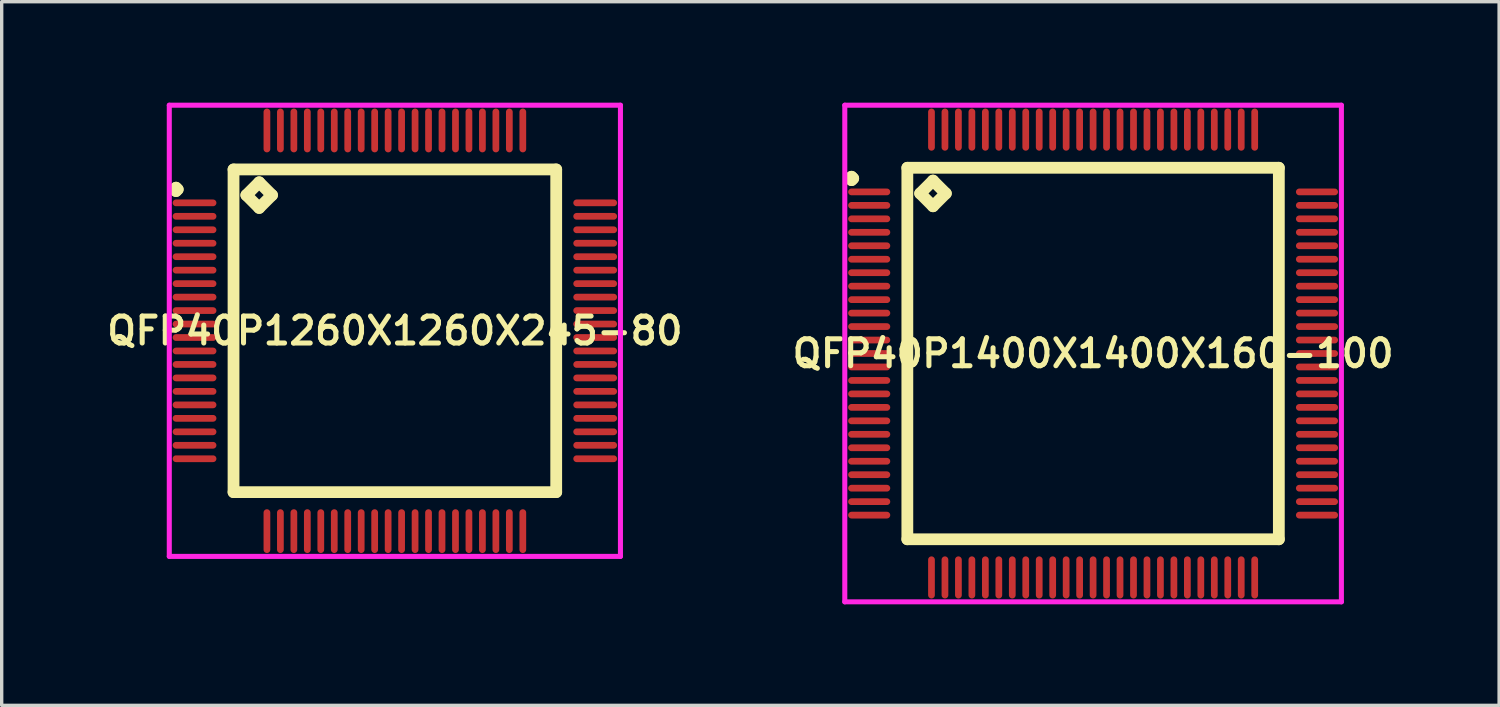
<source format=kicad_pcb>
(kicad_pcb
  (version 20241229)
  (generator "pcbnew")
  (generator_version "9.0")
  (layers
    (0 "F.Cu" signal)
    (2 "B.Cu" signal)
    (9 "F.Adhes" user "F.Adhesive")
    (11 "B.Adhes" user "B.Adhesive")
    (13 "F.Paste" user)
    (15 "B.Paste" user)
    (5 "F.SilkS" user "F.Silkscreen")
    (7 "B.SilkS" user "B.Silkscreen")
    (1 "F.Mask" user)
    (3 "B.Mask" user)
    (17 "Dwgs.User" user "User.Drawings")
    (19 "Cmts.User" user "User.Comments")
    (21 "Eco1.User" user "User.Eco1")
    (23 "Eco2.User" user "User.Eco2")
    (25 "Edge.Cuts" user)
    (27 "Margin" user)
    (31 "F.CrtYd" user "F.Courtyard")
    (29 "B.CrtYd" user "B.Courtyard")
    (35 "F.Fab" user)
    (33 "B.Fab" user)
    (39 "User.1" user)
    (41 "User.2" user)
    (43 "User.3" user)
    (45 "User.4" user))
  (footprint "QFP40P1400X1400X160-100"
    (layer "F.Cu")
    (at 29.416 7.45)
    (property "Reference" "QFP40P1400X1400X160-100" (at 0 0 0) (layer "F.SilkS") (effects (font (size 0.8 0.8) (thickness 0.15))))
    (attr smd)
    (fp_line (start -7.225 -5.2) (end -7.175 -5.25) (stroke (width 0.35) (type solid)) (layer "F.SilkS"))
    (fp_line (start -7.175 -5.25) (end -7.125 -5.2) (stroke (width 0.35) (type solid)) (layer "F.SilkS"))
    (fp_line (start -7.175 -5.15) (end -7.225 -5.2) (stroke (width 0.35) (type solid)) (layer "F.SilkS"))
    (fp_line (start -7.125 -5.2) (end -7.175 -5.15) (stroke (width 0.35) (type solid)) (layer "F.SilkS"))
    (fp_line (start -5.517 -5.517) (end -5.517 5.517) (stroke (width 0.35) (type solid)) (layer "F.SilkS"))
    (fp_line (start -5.517 5.517) (end 5.517 5.517) (stroke (width 0.35) (type solid)) (layer "F.SilkS"))
    (fp_line (start -5.136 -4.755) (end -4.755 -5.136) (stroke (width 0.35) (type solid)) (layer "F.SilkS"))
    (fp_line (start -4.755 -5.136) (end -4.374 -4.755) (stroke (width 0.35) (type solid)) (layer "F.SilkS"))
    (fp_line (start -4.755 -4.374) (end -5.136 -4.755) (stroke (width 0.35) (type solid)) (layer "F.SilkS"))
    (fp_line (start -4.374 -4.755) (end -4.755 -4.374) (stroke (width 0.35) (type solid)) (layer "F.SilkS"))
    (fp_line (start 5.517 -5.517) (end -5.517 -5.517) (stroke (width 0.35) (type solid)) (layer "F.SilkS"))
    (fp_line (start 5.517 5.517) (end 5.517 -5.517) (stroke (width 0.35) (type solid)) (layer "F.SilkS"))
    (fp_line (start -7.375 -7.375) (end 7.375 -7.375) (stroke (width 0.15) (type solid)) (layer "F.CrtYd"))
    (fp_line (start -7.375 7.375) (end -7.375 -7.375) (stroke (width 0.15) (type solid)) (layer "F.CrtYd"))
    (fp_line (start 7.375 -7.375) (end 7.375 7.375) (stroke (width 0.15) (type solid)) (layer "F.CrtYd"))
    (fp_line (start 7.375 7.375) (end -7.375 7.375) (stroke (width 0.15) (type solid)) (layer "F.CrtYd"))
    (pad "1" smd oval (at -6.65 -4.8) (size 1.25 0.2) (layers "F.Cu" "F.Mask" "F.Paste"))
    (pad "2" smd oval (at -6.65 -4.4) (size 1.25 0.2) (layers "F.Cu" "F.Mask" "F.Paste"))
    (pad "3" smd oval (at -6.65 -4) (size 1.25 0.2) (layers "F.Cu" "F.Mask" "F.Paste"))
    (pad "4" smd oval (at -6.65 -3.6) (size 1.25 0.2) (layers "F.Cu" "F.Mask" "F.Paste"))
    (pad "5" smd oval (at -6.65 -3.2) (size 1.25 0.2) (layers "F.Cu" "F.Mask" "F.Paste"))
    (pad "6" smd oval (at -6.65 -2.8) (size 1.25 0.2) (layers "F.Cu" "F.Mask" "F.Paste"))
    (pad "7" smd oval (at -6.65 -2.4) (size 1.25 0.2) (layers "F.Cu" "F.Mask" "F.Paste"))
    (pad "8" smd oval (at -6.65 -2) (size 1.25 0.2) (layers "F.Cu" "F.Mask" "F.Paste"))
    (pad "9" smd oval (at -6.65 -1.6) (size 1.25 0.2) (layers "F.Cu" "F.Mask" "F.Paste"))
    (pad "10" smd oval (at -6.65 -1.2) (size 1.25 0.2) (layers "F.Cu" "F.Mask" "F.Paste"))
    (pad "11" smd oval (at -6.65 -0.8) (size 1.25 0.2) (layers "F.Cu" "F.Mask" "F.Paste"))
    (pad "12" smd oval (at -6.65 -0.4) (size 1.25 0.2) (layers "F.Cu" "F.Mask" "F.Paste"))
    (pad "13" smd oval (at -6.65 0) (size 1.25 0.2) (layers "F.Cu" "F.Mask" "F.Paste"))
    (pad "14" smd oval (at -6.65 0.4) (size 1.25 0.2) (layers "F.Cu" "F.Mask" "F.Paste"))
    (pad "15" smd oval (at -6.65 0.8) (size 1.25 0.2) (layers "F.Cu" "F.Mask" "F.Paste"))
    (pad "16" smd oval (at -6.65 1.2) (size 1.25 0.2) (layers "F.Cu" "F.Mask" "F.Paste"))
    (pad "17" smd oval (at -6.65 1.6) (size 1.25 0.2) (layers "F.Cu" "F.Mask" "F.Paste"))
    (pad "18" smd oval (at -6.65 2) (size 1.25 0.2) (layers "F.Cu" "F.Mask" "F.Paste"))
    (pad "19" smd oval (at -6.65 2.4) (size 1.25 0.2) (layers "F.Cu" "F.Mask" "F.Paste"))
    (pad "20" smd oval (at -6.65 2.8) (size 1.25 0.2) (layers "F.Cu" "F.Mask" "F.Paste"))
    (pad "21" smd oval (at -6.65 3.2) (size 1.25 0.2) (layers "F.Cu" "F.Mask" "F.Paste"))
    (pad "22" smd oval (at -6.65 3.6) (size 1.25 0.2) (layers "F.Cu" "F.Mask" "F.Paste"))
    (pad "23" smd oval (at -6.65 4) (size 1.25 0.2) (layers "F.Cu" "F.Mask" "F.Paste"))
    (pad "24" smd oval (at -6.65 4.4) (size 1.25 0.2) (layers "F.Cu" "F.Mask" "F.Paste"))
    (pad "25" smd oval (at -6.65 4.8) (size 1.25 0.2) (layers "F.Cu" "F.Mask" "F.Paste"))
    (pad "26" smd oval (at -4.8 6.65) (size 0.2 1.25) (layers "F.Cu" "F.Mask" "F.Paste"))
    (pad "27" smd oval (at -4.4 6.65) (size 0.2 1.25) (layers "F.Cu" "F.Mask" "F.Paste"))
    (pad "28" smd oval (at -4 6.65) (size 0.2 1.25) (layers "F.Cu" "F.Mask" "F.Paste"))
    (pad "29" smd oval (at -3.6 6.65) (size 0.2 1.25) (layers "F.Cu" "F.Mask" "F.Paste"))
    (pad "30" smd oval (at -3.2 6.65) (size 0.2 1.25) (layers "F.Cu" "F.Mask" "F.Paste"))
    (pad "31" smd oval (at -2.8 6.65) (size 0.2 1.25) (layers "F.Cu" "F.Mask" "F.Paste"))
    (pad "32" smd oval (at -2.4 6.65) (size 0.2 1.25) (layers "F.Cu" "F.Mask" "F.Paste"))
    (pad "33" smd oval (at -2 6.65) (size 0.2 1.25) (layers "F.Cu" "F.Mask" "F.Paste"))
    (pad "34" smd oval (at -1.6 6.65) (size 0.2 1.25) (layers "F.Cu" "F.Mask" "F.Paste"))
    (pad "35" smd oval (at -1.2 6.65) (size 0.2 1.25) (layers "F.Cu" "F.Mask" "F.Paste"))
    (pad "36" smd oval (at -0.8 6.65) (size 0.2 1.25) (layers "F.Cu" "F.Mask" "F.Paste"))
    (pad "37" smd oval (at -0.4 6.65) (size 0.2 1.25) (layers "F.Cu" "F.Mask" "F.Paste"))
    (pad "38" smd oval (at 0 6.65) (size 0.2 1.25) (layers "F.Cu" "F.Mask" "F.Paste"))
    (pad "39" smd oval (at 0.4 6.65) (size 0.2 1.25) (layers "F.Cu" "F.Mask" "F.Paste"))
    (pad "40" smd oval (at 0.8 6.65) (size 0.2 1.25) (layers "F.Cu" "F.Mask" "F.Paste"))
    (pad "41" smd oval (at 1.2 6.65) (size 0.2 1.25) (layers "F.Cu" "F.Mask" "F.Paste"))
    (pad "42" smd oval (at 1.6 6.65) (size 0.2 1.25) (layers "F.Cu" "F.Mask" "F.Paste"))
    (pad "43" smd oval (at 2 6.65) (size 0.2 1.25) (layers "F.Cu" "F.Mask" "F.Paste"))
    (pad "44" smd oval (at 2.4 6.65) (size 0.2 1.25) (layers "F.Cu" "F.Mask" "F.Paste"))
    (pad "45" smd oval (at 2.8 6.65) (size 0.2 1.25) (layers "F.Cu" "F.Mask" "F.Paste"))
    (pad "46" smd oval (at 3.2 6.65) (size 0.2 1.25) (layers "F.Cu" "F.Mask" "F.Paste"))
    (pad "47" smd oval (at 3.6 6.65) (size 0.2 1.25) (layers "F.Cu" "F.Mask" "F.Paste"))
    (pad "48" smd oval (at 4 6.65) (size 0.2 1.25) (layers "F.Cu" "F.Mask" "F.Paste"))
    (pad "49" smd oval (at 4.4 6.65) (size 0.2 1.25) (layers "F.Cu" "F.Mask" "F.Paste"))
    (pad "50" smd oval (at 4.8 6.65) (size 0.2 1.25) (layers "F.Cu" "F.Mask" "F.Paste"))
    (pad "51" smd oval (at 6.65 4.8) (size 1.25 0.2) (layers "F.Cu" "F.Mask" "F.Paste"))
    (pad "52" smd oval (at 6.65 4.4) (size 1.25 0.2) (layers "F.Cu" "F.Mask" "F.Paste"))
    (pad "53" smd oval (at 6.65 4) (size 1.25 0.2) (layers "F.Cu" "F.Mask" "F.Paste"))
    (pad "54" smd oval (at 6.65 3.6) (size 1.25 0.2) (layers "F.Cu" "F.Mask" "F.Paste"))
    (pad "55" smd oval (at 6.65 3.2) (size 1.25 0.2) (layers "F.Cu" "F.Mask" "F.Paste"))
    (pad "56" smd oval (at 6.65 2.8) (size 1.25 0.2) (layers "F.Cu" "F.Mask" "F.Paste"))
    (pad "57" smd oval (at 6.65 2.4) (size 1.25 0.2) (layers "F.Cu" "F.Mask" "F.Paste"))
    (pad "58" smd oval (at 6.65 2) (size 1.25 0.2) (layers "F.Cu" "F.Mask" "F.Paste"))
    (pad "59" smd oval (at 6.65 1.6) (size 1.25 0.2) (layers "F.Cu" "F.Mask" "F.Paste"))
    (pad "60" smd oval (at 6.65 1.2) (size 1.25 0.2) (layers "F.Cu" "F.Mask" "F.Paste"))
    (pad "61" smd oval (at 6.65 0.8) (size 1.25 0.2) (layers "F.Cu" "F.Mask" "F.Paste"))
    (pad "62" smd oval (at 6.65 0.4) (size 1.25 0.2) (layers "F.Cu" "F.Mask" "F.Paste"))
    (pad "63" smd oval (at 6.65 0) (size 1.25 0.2) (layers "F.Cu" "F.Mask" "F.Paste"))
    (pad "64" smd oval (at 6.65 -0.4) (size 1.25 0.2) (layers "F.Cu" "F.Mask" "F.Paste"))
    (pad "65" smd oval (at 6.65 -0.8) (size 1.25 0.2) (layers "F.Cu" "F.Mask" "F.Paste"))
    (pad "66" smd oval (at 6.65 -1.2) (size 1.25 0.2) (layers "F.Cu" "F.Mask" "F.Paste"))
    (pad "67" smd oval (at 6.65 -1.6) (size 1.25 0.2) (layers "F.Cu" "F.Mask" "F.Paste"))
    (pad "68" smd oval (at 6.65 -2) (size 1.25 0.2) (layers "F.Cu" "F.Mask" "F.Paste"))
    (pad "69" smd oval (at 6.65 -2.4) (size 1.25 0.2) (layers "F.Cu" "F.Mask" "F.Paste"))
    (pad "70" smd oval (at 6.65 -2.8) (size 1.25 0.2) (layers "F.Cu" "F.Mask" "F.Paste"))
    (pad "71" smd oval (at 6.65 -3.2) (size 1.25 0.2) (layers "F.Cu" "F.Mask" "F.Paste"))
    (pad "72" smd oval (at 6.65 -3.6) (size 1.25 0.2) (layers "F.Cu" "F.Mask" "F.Paste"))
    (pad "73" smd oval (at 6.65 -4) (size 1.25 0.2) (layers "F.Cu" "F.Mask" "F.Paste"))
    (pad "74" smd oval (at 6.65 -4.4) (size 1.25 0.2) (layers "F.Cu" "F.Mask" "F.Paste"))
    (pad "75" smd oval (at 6.65 -4.8) (size 1.25 0.2) (layers "F.Cu" "F.Mask" "F.Paste"))
    (pad "76" smd oval (at 4.8 -6.65) (size 0.2 1.25) (layers "F.Cu" "F.Mask" "F.Paste"))
    (pad "77" smd oval (at 4.4 -6.65) (size 0.2 1.25) (layers "F.Cu" "F.Mask" "F.Paste"))
    (pad "78" smd oval (at 4 -6.65) (size 0.2 1.25) (layers "F.Cu" "F.Mask" "F.Paste"))
    (pad "79" smd oval (at 3.6 -6.65) (size 0.2 1.25) (layers "F.Cu" "F.Mask" "F.Paste"))
    (pad "80" smd oval (at 3.2 -6.65) (size 0.2 1.25) (layers "F.Cu" "F.Mask" "F.Paste"))
    (pad "81" smd oval (at 2.8 -6.65) (size 0.2 1.25) (layers "F.Cu" "F.Mask" "F.Paste"))
    (pad "82" smd oval (at 2.4 -6.65) (size 0.2 1.25) (layers "F.Cu" "F.Mask" "F.Paste"))
    (pad "83" smd oval (at 2 -6.65) (size 0.2 1.25) (layers "F.Cu" "F.Mask" "F.Paste"))
    (pad "84" smd oval (at 1.6 -6.65) (size 0.2 1.25) (layers "F.Cu" "F.Mask" "F.Paste"))
    (pad "85" smd oval (at 1.2 -6.65) (size 0.2 1.25) (layers "F.Cu" "F.Mask" "F.Paste"))
    (pad "86" smd oval (at 0.8 -6.65) (size 0.2 1.25) (layers "F.Cu" "F.Mask" "F.Paste"))
    (pad "87" smd oval (at 0.4 -6.65) (size 0.2 1.25) (layers "F.Cu" "F.Mask" "F.Paste"))
    (pad "88" smd oval (at 0 -6.65) (size 0.2 1.25) (layers "F.Cu" "F.Mask" "F.Paste"))
    (pad "89" smd oval (at -0.4 -6.65) (size 0.2 1.25) (layers "F.Cu" "F.Mask" "F.Paste"))
    (pad "90" smd oval (at -0.8 -6.65) (size 0.2 1.25) (layers "F.Cu" "F.Mask" "F.Paste"))
    (pad "91" smd oval (at -1.2 -6.65) (size 0.2 1.25) (layers "F.Cu" "F.Mask" "F.Paste"))
    (pad "92" smd oval (at -1.6 -6.65) (size 0.2 1.25) (layers "F.Cu" "F.Mask" "F.Paste"))
    (pad "93" smd oval (at -2 -6.65) (size 0.2 1.25) (layers "F.Cu" "F.Mask" "F.Paste"))
    (pad "94" smd oval (at -2.4 -6.65) (size 0.2 1.25) (layers "F.Cu" "F.Mask" "F.Paste"))
    (pad "95" smd oval (at -2.8 -6.65) (size 0.2 1.25) (layers "F.Cu" "F.Mask" "F.Paste"))
    (pad "96" smd oval (at -3.2 -6.65) (size 0.2 1.25) (layers "F.Cu" "F.Mask" "F.Paste"))
    (pad "97" smd oval (at -3.6 -6.65) (size 0.2 1.25) (layers "F.Cu" "F.Mask" "F.Paste"))
    (pad "98" smd oval (at -4 -6.65) (size 0.2 1.25) (layers "F.Cu" "F.Mask" "F.Paste"))
    (pad "99" smd oval (at -4.4 -6.65) (size 0.2 1.25) (layers "F.Cu" "F.Mask" "F.Paste"))
    (pad "100" smd oval (at -4.8 -6.65) (size 0.2 1.25) (layers "F.Cu" "F.Mask" "F.Paste")))
  (footprint "QFP40P1260X1260X245-80"
    (layer "F.Cu")
    (at 8.678 6.775)
    (property "Reference" "QFP40P1260X1260X245-80" (at 0 0 0) (layer "F.SilkS") (effects (font (size 0.8 0.8) (thickness 0.15))))
    (attr smd)
    (fp_line (start -6.55 -4.2) (end -6.5 -4.25) (stroke (width 0.35) (type solid)) (layer "F.SilkS"))
    (fp_line (start -6.5 -4.25) (end -6.45 -4.2) (stroke (width 0.35) (type solid)) (layer "F.SilkS"))
    (fp_line (start -6.5 -4.15) (end -6.55 -4.2) (stroke (width 0.35) (type solid)) (layer "F.SilkS"))
    (fp_line (start -6.45 -4.2) (end -6.5 -4.15) (stroke (width 0.35) (type solid)) (layer "F.SilkS"))
    (fp_line (start -4.792 -4.792) (end -4.792 4.792) (stroke (width 0.35) (type solid)) (layer "F.SilkS"))
    (fp_line (start -4.792 4.792) (end 4.792 4.792) (stroke (width 0.35) (type solid)) (layer "F.SilkS"))
    (fp_line (start -4.411 -4.03) (end -4.03 -4.411) (stroke (width 0.35) (type solid)) (layer "F.SilkS"))
    (fp_line (start -4.03 -4.411) (end -3.649 -4.03) (stroke (width 0.35) (type solid)) (layer "F.SilkS"))
    (fp_line (start -4.03 -3.649) (end -4.411 -4.03) (stroke (width 0.35) (type solid)) (layer "F.SilkS"))
    (fp_line (start -3.649 -4.03) (end -4.03 -3.649) (stroke (width 0.35) (type solid)) (layer "F.SilkS"))
    (fp_line (start 4.792 -4.792) (end -4.792 -4.792) (stroke (width 0.35) (type solid)) (layer "F.SilkS"))
    (fp_line (start 4.792 4.792) (end 4.792 -4.792) (stroke (width 0.35) (type solid)) (layer "F.SilkS"))
    (fp_line (start -6.7 -6.7) (end 6.7 -6.7) (stroke (width 0.15) (type solid)) (layer "F.CrtYd"))
    (fp_line (start -6.7 6.7) (end -6.7 -6.7) (stroke (width 0.15) (type solid)) (layer "F.CrtYd"))
    (fp_line (start 6.7 -6.7) (end 6.7 6.7) (stroke (width 0.15) (type solid)) (layer "F.CrtYd"))
    (fp_line (start 6.7 6.7) (end -6.7 6.7) (stroke (width 0.15) (type solid)) (layer "F.CrtYd"))
    (pad "1" smd oval (at -5.95 -3.8) (size 1.3 0.2) (layers "F.Cu" "F.Mask" "F.Paste"))
    (pad "2" smd oval (at -5.95 -3.4) (size 1.3 0.2) (layers "F.Cu" "F.Mask" "F.Paste"))
    (pad "3" smd oval (at -5.95 -3) (size 1.3 0.2) (layers "F.Cu" "F.Mask" "F.Paste"))
    (pad "4" smd oval (at -5.95 -2.6) (size 1.3 0.2) (layers "F.Cu" "F.Mask" "F.Paste"))
    (pad "5" smd oval (at -5.95 -2.2) (size 1.3 0.2) (layers "F.Cu" "F.Mask" "F.Paste"))
    (pad "6" smd oval (at -5.95 -1.8) (size 1.3 0.2) (layers "F.Cu" "F.Mask" "F.Paste"))
    (pad "7" smd oval (at -5.95 -1.4) (size 1.3 0.2) (layers "F.Cu" "F.Mask" "F.Paste"))
    (pad "8" smd oval (at -5.95 -1) (size 1.3 0.2) (layers "F.Cu" "F.Mask" "F.Paste"))
    (pad "9" smd oval (at -5.95 -0.6) (size 1.3 0.2) (layers "F.Cu" "F.Mask" "F.Paste"))
    (pad "10" smd oval (at -5.95 -0.2) (size 1.3 0.2) (layers "F.Cu" "F.Mask" "F.Paste"))
    (pad "11" smd oval (at -5.95 0.2) (size 1.3 0.2) (layers "F.Cu" "F.Mask" "F.Paste"))
    (pad "12" smd oval (at -5.95 0.6) (size 1.3 0.2) (layers "F.Cu" "F.Mask" "F.Paste"))
    (pad "13" smd oval (at -5.95 1) (size 1.3 0.2) (layers "F.Cu" "F.Mask" "F.Paste"))
    (pad "14" smd oval (at -5.95 1.4) (size 1.3 0.2) (layers "F.Cu" "F.Mask" "F.Paste"))
    (pad "15" smd oval (at -5.95 1.8) (size 1.3 0.2) (layers "F.Cu" "F.Mask" "F.Paste"))
    (pad "16" smd oval (at -5.95 2.2) (size 1.3 0.2) (layers "F.Cu" "F.Mask" "F.Paste"))
    (pad "17" smd oval (at -5.95 2.6) (size 1.3 0.2) (layers "F.Cu" "F.Mask" "F.Paste"))
    (pad "18" smd oval (at -5.95 3) (size 1.3 0.2) (layers "F.Cu" "F.Mask" "F.Paste"))
    (pad "19" smd oval (at -5.95 3.4) (size 1.3 0.2) (layers "F.Cu" "F.Mask" "F.Paste"))
    (pad "20" smd oval (at -5.95 3.8) (size 1.3 0.2) (layers "F.Cu" "F.Mask" "F.Paste"))
    (pad "21" smd oval (at -3.8 5.95) (size 0.2 1.3) (layers "F.Cu" "F.Mask" "F.Paste"))
    (pad "22" smd oval (at -3.4 5.95) (size 0.2 1.3) (layers "F.Cu" "F.Mask" "F.Paste"))
    (pad "23" smd oval (at -3 5.95) (size 0.2 1.3) (layers "F.Cu" "F.Mask" "F.Paste"))
    (pad "24" smd oval (at -2.6 5.95) (size 0.2 1.3) (layers "F.Cu" "F.Mask" "F.Paste"))
    (pad "25" smd oval (at -2.2 5.95) (size 0.2 1.3) (layers "F.Cu" "F.Mask" "F.Paste"))
    (pad "26" smd oval (at -1.8 5.95) (size 0.2 1.3) (layers "F.Cu" "F.Mask" "F.Paste"))
    (pad "27" smd oval (at -1.4 5.95) (size 0.2 1.3) (layers "F.Cu" "F.Mask" "F.Paste"))
    (pad "28" smd oval (at -1 5.95) (size 0.2 1.3) (layers "F.Cu" "F.Mask" "F.Paste"))
    (pad "29" smd oval (at -0.6 5.95) (size 0.2 1.3) (layers "F.Cu" "F.Mask" "F.Paste"))
    (pad "30" smd oval (at -0.2 5.95) (size 0.2 1.3) (layers "F.Cu" "F.Mask" "F.Paste"))
    (pad "31" smd oval (at 0.2 5.95) (size 0.2 1.3) (layers "F.Cu" "F.Mask" "F.Paste"))
    (pad "32" smd oval (at 0.6 5.95) (size 0.2 1.3) (layers "F.Cu" "F.Mask" "F.Paste"))
    (pad "33" smd oval (at 1 5.95) (size 0.2 1.3) (layers "F.Cu" "F.Mask" "F.Paste"))
    (pad "34" smd oval (at 1.4 5.95) (size 0.2 1.3) (layers "F.Cu" "F.Mask" "F.Paste"))
    (pad "35" smd oval (at 1.8 5.95) (size 0.2 1.3) (layers "F.Cu" "F.Mask" "F.Paste"))
    (pad "36" smd oval (at 2.2 5.95) (size 0.2 1.3) (layers "F.Cu" "F.Mask" "F.Paste"))
    (pad "37" smd oval (at 2.6 5.95) (size 0.2 1.3) (layers "F.Cu" "F.Mask" "F.Paste"))
    (pad "38" smd oval (at 3 5.95) (size 0.2 1.3) (layers "F.Cu" "F.Mask" "F.Paste"))
    (pad "39" smd oval (at 3.4 5.95) (size 0.2 1.3) (layers "F.Cu" "F.Mask" "F.Paste"))
    (pad "40" smd oval (at 3.8 5.95) (size 0.2 1.3) (layers "F.Cu" "F.Mask" "F.Paste"))
    (pad "41" smd oval (at 5.95 3.8) (size 1.3 0.2) (layers "F.Cu" "F.Mask" "F.Paste"))
    (pad "42" smd oval (at 5.95 3.4) (size 1.3 0.2) (layers "F.Cu" "F.Mask" "F.Paste"))
    (pad "43" smd oval (at 5.95 3) (size 1.3 0.2) (layers "F.Cu" "F.Mask" "F.Paste"))
    (pad "44" smd oval (at 5.95 2.6) (size 1.3 0.2) (layers "F.Cu" "F.Mask" "F.Paste"))
    (pad "45" smd oval (at 5.95 2.2) (size 1.3 0.2) (layers "F.Cu" "F.Mask" "F.Paste"))
    (pad "46" smd oval (at 5.95 1.8) (size 1.3 0.2) (layers "F.Cu" "F.Mask" "F.Paste"))
    (pad "47" smd oval (at 5.95 1.4) (size 1.3 0.2) (layers "F.Cu" "F.Mask" "F.Paste"))
    (pad "48" smd oval (at 5.95 1) (size 1.3 0.2) (layers "F.Cu" "F.Mask" "F.Paste"))
    (pad "49" smd oval (at 5.95 0.6) (size 1.3 0.2) (layers "F.Cu" "F.Mask" "F.Paste"))
    (pad "50" smd oval (at 5.95 0.2) (size 1.3 0.2) (layers "F.Cu" "F.Mask" "F.Paste"))
    (pad "51" smd oval (at 5.95 -0.2) (size 1.3 0.2) (layers "F.Cu" "F.Mask" "F.Paste"))
    (pad "52" smd oval (at 5.95 -0.6) (size 1.3 0.2) (layers "F.Cu" "F.Mask" "F.Paste"))
    (pad "53" smd oval (at 5.95 -1) (size 1.3 0.2) (layers "F.Cu" "F.Mask" "F.Paste"))
    (pad "54" smd oval (at 5.95 -1.4) (size 1.3 0.2) (layers "F.Cu" "F.Mask" "F.Paste"))
    (pad "55" smd oval (at 5.95 -1.8) (size 1.3 0.2) (layers "F.Cu" "F.Mask" "F.Paste"))
    (pad "56" smd oval (at 5.95 -2.2) (size 1.3 0.2) (layers "F.Cu" "F.Mask" "F.Paste"))
    (pad "57" smd oval (at 5.95 -2.6) (size 1.3 0.2) (layers "F.Cu" "F.Mask" "F.Paste"))
    (pad "58" smd oval (at 5.95 -3) (size 1.3 0.2) (layers "F.Cu" "F.Mask" "F.Paste"))
    (pad "59" smd oval (at 5.95 -3.4) (size 1.3 0.2) (layers "F.Cu" "F.Mask" "F.Paste"))
    (pad "60" smd oval (at 5.95 -3.8) (size 1.3 0.2) (layers "F.Cu" "F.Mask" "F.Paste"))
    (pad "61" smd oval (at 3.8 -5.95) (size 0.2 1.3) (layers "F.Cu" "F.Mask" "F.Paste"))
    (pad "62" smd oval (at 3.4 -5.95) (size 0.2 1.3) (layers "F.Cu" "F.Mask" "F.Paste"))
    (pad "63" smd oval (at 3 -5.95) (size 0.2 1.3) (layers "F.Cu" "F.Mask" "F.Paste"))
    (pad "64" smd oval (at 2.6 -5.95) (size 0.2 1.3) (layers "F.Cu" "F.Mask" "F.Paste"))
    (pad "65" smd oval (at 2.2 -5.95) (size 0.2 1.3) (layers "F.Cu" "F.Mask" "F.Paste"))
    (pad "66" smd oval (at 1.8 -5.95) (size 0.2 1.3) (layers "F.Cu" "F.Mask" "F.Paste"))
    (pad "67" smd oval (at 1.4 -5.95) (size 0.2 1.3) (layers "F.Cu" "F.Mask" "F.Paste"))
    (pad "68" smd oval (at 1 -5.95) (size 0.2 1.3) (layers "F.Cu" "F.Mask" "F.Paste"))
    (pad "69" smd oval (at 0.6 -5.95) (size 0.2 1.3) (layers "F.Cu" "F.Mask" "F.Paste"))
    (pad "70" smd oval (at 0.2 -5.95) (size 0.2 1.3) (layers "F.Cu" "F.Mask" "F.Paste"))
    (pad "71" smd oval (at -0.2 -5.95) (size 0.2 1.3) (layers "F.Cu" "F.Mask" "F.Paste"))
    (pad "72" smd oval (at -0.6 -5.95) (size 0.2 1.3) (layers "F.Cu" "F.Mask" "F.Paste"))
    (pad "73" smd oval (at -1 -5.95) (size 0.2 1.3) (layers "F.Cu" "F.Mask" "F.Paste"))
    (pad "74" smd oval (at -1.4 -5.95) (size 0.2 1.3) (layers "F.Cu" "F.Mask" "F.Paste"))
    (pad "75" smd oval (at -1.8 -5.95) (size 0.2 1.3) (layers "F.Cu" "F.Mask" "F.Paste"))
    (pad "76" smd oval (at -2.2 -5.95) (size 0.2 1.3) (layers "F.Cu" "F.Mask" "F.Paste"))
    (pad "77" smd oval (at -2.6 -5.95) (size 0.2 1.3) (layers "F.Cu" "F.Mask" "F.Paste"))
    (pad "78" smd oval (at -3 -5.95) (size 0.2 1.3) (layers "F.Cu" "F.Mask" "F.Paste"))
    (pad "79" smd oval (at -3.4 -5.95) (size 0.2 1.3) (layers "F.Cu" "F.Mask" "F.Paste"))
    (pad "80" smd oval (at -3.8 -5.95) (size 0.2 1.3) (layers "F.Cu" "F.Mask" "F.Paste")))
  (gr_rect
    (start -3 -3)
    (end 41.475 17.9)
    (stroke (width 0.1) (type default))
    (fill no)
    (layer "Edge.Cuts")))
</source>
